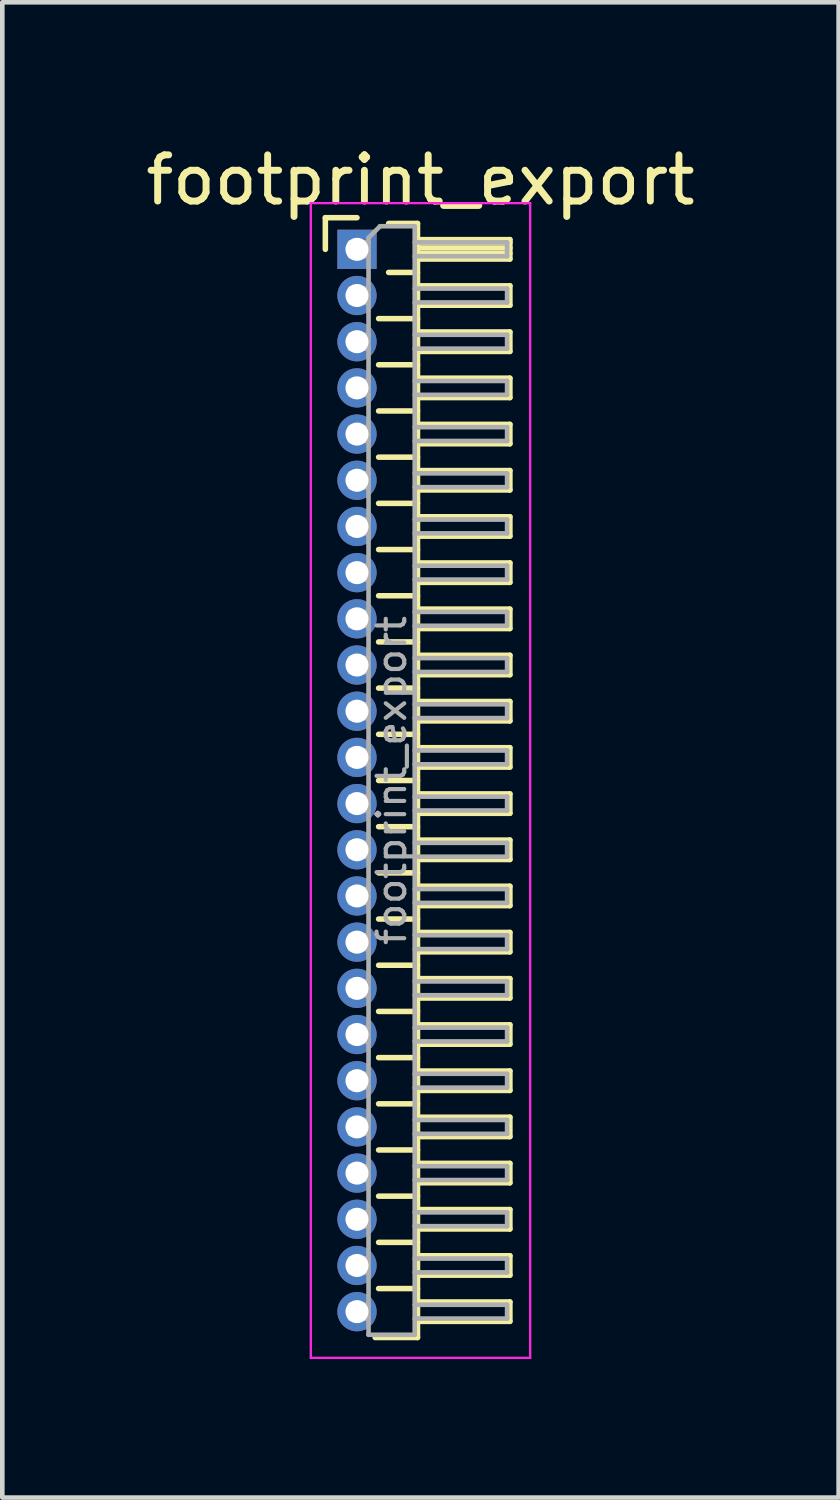
<source format=kicad_pcb>
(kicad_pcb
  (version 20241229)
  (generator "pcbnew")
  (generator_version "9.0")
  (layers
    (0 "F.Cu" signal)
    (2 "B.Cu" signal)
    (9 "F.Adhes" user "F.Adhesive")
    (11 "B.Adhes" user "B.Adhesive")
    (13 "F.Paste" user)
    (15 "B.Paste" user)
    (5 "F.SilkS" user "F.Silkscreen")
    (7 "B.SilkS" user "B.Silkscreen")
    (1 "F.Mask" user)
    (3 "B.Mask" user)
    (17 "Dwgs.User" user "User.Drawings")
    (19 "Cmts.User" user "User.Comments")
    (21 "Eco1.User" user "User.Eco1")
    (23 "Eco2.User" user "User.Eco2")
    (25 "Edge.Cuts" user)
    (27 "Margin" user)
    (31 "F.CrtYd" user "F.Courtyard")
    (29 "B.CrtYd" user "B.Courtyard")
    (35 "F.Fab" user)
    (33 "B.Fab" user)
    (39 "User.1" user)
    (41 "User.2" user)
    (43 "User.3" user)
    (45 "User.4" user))
  (footprint "footprint_export"
    (layer "F.Cu")
    (at 4.679 2.348)
    (property "Reference" "footprint_export" (at 1.375 -1.5 0) (layer "F.SilkS") (effects (font (size 1 1) (thickness 0.15))))
    (attr through_hole)
    (fp_line (start -0.685 -0.685) (end 0 -0.685) (stroke (width 0.12) (type solid)) (layer "F.SilkS"))
    (fp_line (start -0.685 0) (end -0.685 -0.685) (stroke (width 0.12) (type solid)) (layer "F.SilkS"))
    (fp_line (start 0.468 1.5) (end 1.31 1.5) (stroke (width 0.12) (type solid)) (layer "F.SilkS"))
    (fp_line (start 0.468 2.5) (end 1.31 2.5) (stroke (width 0.12) (type solid)) (layer "F.SilkS"))
    (fp_line (start 0.468 3.5) (end 1.31 3.5) (stroke (width 0.12) (type solid)) (layer "F.SilkS"))
    (fp_line (start 0.468 4.5) (end 1.31 4.5) (stroke (width 0.12) (type solid)) (layer "F.SilkS"))
    (fp_line (start 0.468 5.5) (end 1.31 5.5) (stroke (width 0.12) (type solid)) (layer "F.SilkS"))
    (fp_line (start 0.468 6.5) (end 1.31 6.5) (stroke (width 0.12) (type solid)) (layer "F.SilkS"))
    (fp_line (start 0.468 7.5) (end 1.31 7.5) (stroke (width 0.12) (type solid)) (layer "F.SilkS"))
    (fp_line (start 0.468 8.5) (end 1.31 8.5) (stroke (width 0.12) (type solid)) (layer "F.SilkS"))
    (fp_line (start 0.468 9.5) (end 1.31 9.5) (stroke (width 0.12) (type solid)) (layer "F.SilkS"))
    (fp_line (start 0.468 10.5) (end 1.31 10.5) (stroke (width 0.12) (type solid)) (layer "F.SilkS"))
    (fp_line (start 0.468 11.5) (end 1.31 11.5) (stroke (width 0.12) (type solid)) (layer "F.SilkS"))
    (fp_line (start 0.468 12.5) (end 1.31 12.5) (stroke (width 0.12) (type solid)) (layer "F.SilkS"))
    (fp_line (start 0.468 13.5) (end 1.31 13.5) (stroke (width 0.12) (type solid)) (layer "F.SilkS"))
    (fp_line (start 0.468 14.5) (end 1.31 14.5) (stroke (width 0.12) (type solid)) (layer "F.SilkS"))
    (fp_line (start 0.468 15.5) (end 1.31 15.5) (stroke (width 0.12) (type solid)) (layer "F.SilkS"))
    (fp_line (start 0.468 16.5) (end 1.31 16.5) (stroke (width 0.12) (type solid)) (layer "F.SilkS"))
    (fp_line (start 0.468 17.5) (end 1.31 17.5) (stroke (width 0.12) (type solid)) (layer "F.SilkS"))
    (fp_line (start 0.468 18.5) (end 1.31 18.5) (stroke (width 0.12) (type solid)) (layer "F.SilkS"))
    (fp_line (start 0.468 19.5) (end 1.31 19.5) (stroke (width 0.12) (type solid)) (layer "F.SilkS"))
    (fp_line (start 0.468 20.5) (end 1.31 20.5) (stroke (width 0.12) (type solid)) (layer "F.SilkS"))
    (fp_line (start 0.468 21.5) (end 1.31 21.5) (stroke (width 0.12) (type solid)) (layer "F.SilkS"))
    (fp_line (start 0.468 22.5) (end 1.31 22.5) (stroke (width 0.12) (type solid)) (layer "F.SilkS"))
    (fp_line (start 0.685 -0.56) (end 1.31 -0.56) (stroke (width 0.12) (type solid)) (layer "F.SilkS"))
    (fp_line (start 0.685 0.5) (end 1.31 0.5) (stroke (width 0.12) (type solid)) (layer "F.SilkS"))
    (fp_line (start 1.31 -0.56) (end 1.31 23.56) (stroke (width 0.12) (type solid)) (layer "F.SilkS"))
    (fp_line (start 1.31 -0.21) (end 3.31 -0.21) (stroke (width 0.12) (type solid)) (layer "F.SilkS"))
    (fp_line (start 1.31 -0.15) (end 3.31 -0.15) (stroke (width 0.12) (type solid)) (layer "F.SilkS"))
    (fp_line (start 1.31 -0.03) (end 3.31 -0.03) (stroke (width 0.12) (type solid)) (layer "F.SilkS"))
    (fp_line (start 1.31 0.09) (end 3.31 0.09) (stroke (width 0.12) (type solid)) (layer "F.SilkS"))
    (fp_line (start 1.31 0.79) (end 3.31 0.79) (stroke (width 0.12) (type solid)) (layer "F.SilkS"))
    (fp_line (start 1.31 1.79) (end 3.31 1.79) (stroke (width 0.12) (type solid)) (layer "F.SilkS"))
    (fp_line (start 1.31 2.79) (end 3.31 2.79) (stroke (width 0.12) (type solid)) (layer "F.SilkS"))
    (fp_line (start 1.31 3.79) (end 3.31 3.79) (stroke (width 0.12) (type solid)) (layer "F.SilkS"))
    (fp_line (start 1.31 4.79) (end 3.31 4.79) (stroke (width 0.12) (type solid)) (layer "F.SilkS"))
    (fp_line (start 1.31 5.79) (end 3.31 5.79) (stroke (width 0.12) (type solid)) (layer "F.SilkS"))
    (fp_line (start 1.31 6.79) (end 3.31 6.79) (stroke (width 0.12) (type solid)) (layer "F.SilkS"))
    (fp_line (start 1.31 7.79) (end 3.31 7.79) (stroke (width 0.12) (type solid)) (layer "F.SilkS"))
    (fp_line (start 1.31 8.79) (end 3.31 8.79) (stroke (width 0.12) (type solid)) (layer "F.SilkS"))
    (fp_line (start 1.31 9.79) (end 3.31 9.79) (stroke (width 0.12) (type solid)) (layer "F.SilkS"))
    (fp_line (start 1.31 10.79) (end 3.31 10.79) (stroke (width 0.12) (type solid)) (layer "F.SilkS"))
    (fp_line (start 1.31 11.79) (end 3.31 11.79) (stroke (width 0.12) (type solid)) (layer "F.SilkS"))
    (fp_line (start 1.31 12.79) (end 3.31 12.79) (stroke (width 0.12) (type solid)) (layer "F.SilkS"))
    (fp_line (start 1.31 13.79) (end 3.31 13.79) (stroke (width 0.12) (type solid)) (layer "F.SilkS"))
    (fp_line (start 1.31 14.79) (end 3.31 14.79) (stroke (width 0.12) (type solid)) (layer "F.SilkS"))
    (fp_line (start 1.31 15.79) (end 3.31 15.79) (stroke (width 0.12) (type solid)) (layer "F.SilkS"))
    (fp_line (start 1.31 16.79) (end 3.31 16.79) (stroke (width 0.12) (type solid)) (layer "F.SilkS"))
    (fp_line (start 1.31 17.79) (end 3.31 17.79) (stroke (width 0.12) (type solid)) (layer "F.SilkS"))
    (fp_line (start 1.31 18.79) (end 3.31 18.79) (stroke (width 0.12) (type solid)) (layer "F.SilkS"))
    (fp_line (start 1.31 19.79) (end 3.31 19.79) (stroke (width 0.12) (type solid)) (layer "F.SilkS"))
    (fp_line (start 1.31 20.79) (end 3.31 20.79) (stroke (width 0.12) (type solid)) (layer "F.SilkS"))
    (fp_line (start 1.31 21.79) (end 3.31 21.79) (stroke (width 0.12) (type solid)) (layer "F.SilkS"))
    (fp_line (start 1.31 22.79) (end 3.31 22.79) (stroke (width 0.12) (type solid)) (layer "F.SilkS"))
    (fp_line (start 1.31 23.56) (end 0.394 23.56) (stroke (width 0.12) (type solid)) (layer "F.SilkS"))
    (fp_line (start 3.31 -0.21) (end 3.31 0.21) (stroke (width 0.12) (type solid)) (layer "F.SilkS"))
    (fp_line (start 3.31 0.21) (end 1.31 0.21) (stroke (width 0.12) (type solid)) (layer "F.SilkS"))
    (fp_line (start 3.31 0.79) (end 3.31 1.21) (stroke (width 0.12) (type solid)) (layer "F.SilkS"))
    (fp_line (start 3.31 1.21) (end 1.31 1.21) (stroke (width 0.12) (type solid)) (layer "F.SilkS"))
    (fp_line (start 3.31 1.79) (end 3.31 2.21) (stroke (width 0.12) (type solid)) (layer "F.SilkS"))
    (fp_line (start 3.31 2.21) (end 1.31 2.21) (stroke (width 0.12) (type solid)) (layer "F.SilkS"))
    (fp_line (start 3.31 2.79) (end 3.31 3.21) (stroke (width 0.12) (type solid)) (layer "F.SilkS"))
    (fp_line (start 3.31 3.21) (end 1.31 3.21) (stroke (width 0.12) (type solid)) (layer "F.SilkS"))
    (fp_line (start 3.31 3.79) (end 3.31 4.21) (stroke (width 0.12) (type solid)) (layer "F.SilkS"))
    (fp_line (start 3.31 4.21) (end 1.31 4.21) (stroke (width 0.12) (type solid)) (layer "F.SilkS"))
    (fp_line (start 3.31 4.79) (end 3.31 5.21) (stroke (width 0.12) (type solid)) (layer "F.SilkS"))
    (fp_line (start 3.31 5.21) (end 1.31 5.21) (stroke (width 0.12) (type solid)) (layer "F.SilkS"))
    (fp_line (start 3.31 5.79) (end 3.31 6.21) (stroke (width 0.12) (type solid)) (layer "F.SilkS"))
    (fp_line (start 3.31 6.21) (end 1.31 6.21) (stroke (width 0.12) (type solid)) (layer "F.SilkS"))
    (fp_line (start 3.31 6.79) (end 3.31 7.21) (stroke (width 0.12) (type solid)) (layer "F.SilkS"))
    (fp_line (start 3.31 7.21) (end 1.31 7.21) (stroke (width 0.12) (type solid)) (layer "F.SilkS"))
    (fp_line (start 3.31 7.79) (end 3.31 8.21) (stroke (width 0.12) (type solid)) (layer "F.SilkS"))
    (fp_line (start 3.31 8.21) (end 1.31 8.21) (stroke (width 0.12) (type solid)) (layer "F.SilkS"))
    (fp_line (start 3.31 8.79) (end 3.31 9.21) (stroke (width 0.12) (type solid)) (layer "F.SilkS"))
    (fp_line (start 3.31 9.21) (end 1.31 9.21) (stroke (width 0.12) (type solid)) (layer "F.SilkS"))
    (fp_line (start 3.31 9.79) (end 3.31 10.21) (stroke (width 0.12) (type solid)) (layer "F.SilkS"))
    (fp_line (start 3.31 10.21) (end 1.31 10.21) (stroke (width 0.12) (type solid)) (layer "F.SilkS"))
    (fp_line (start 3.31 10.79) (end 3.31 11.21) (stroke (width 0.12) (type solid)) (layer "F.SilkS"))
    (fp_line (start 3.31 11.21) (end 1.31 11.21) (stroke (width 0.12) (type solid)) (layer "F.SilkS"))
    (fp_line (start 3.31 11.79) (end 3.31 12.21) (stroke (width 0.12) (type solid)) (layer "F.SilkS"))
    (fp_line (start 3.31 12.21) (end 1.31 12.21) (stroke (width 0.12) (type solid)) (layer "F.SilkS"))
    (fp_line (start 3.31 12.79) (end 3.31 13.21) (stroke (width 0.12) (type solid)) (layer "F.SilkS"))
    (fp_line (start 3.31 13.21) (end 1.31 13.21) (stroke (width 0.12) (type solid)) (layer "F.SilkS"))
    (fp_line (start 3.31 13.79) (end 3.31 14.21) (stroke (width 0.12) (type solid)) (layer "F.SilkS"))
    (fp_line (start 3.31 14.21) (end 1.31 14.21) (stroke (width 0.12) (type solid)) (layer "F.SilkS"))
    (fp_line (start 3.31 14.79) (end 3.31 15.21) (stroke (width 0.12) (type solid)) (layer "F.SilkS"))
    (fp_line (start 3.31 15.21) (end 1.31 15.21) (stroke (width 0.12) (type solid)) (layer "F.SilkS"))
    (fp_line (start 3.31 15.79) (end 3.31 16.21) (stroke (width 0.12) (type solid)) (layer "F.SilkS"))
    (fp_line (start 3.31 16.21) (end 1.31 16.21) (stroke (width 0.12) (type solid)) (layer "F.SilkS"))
    (fp_line (start 3.31 16.79) (end 3.31 17.21) (stroke (width 0.12) (type solid)) (layer "F.SilkS"))
    (fp_line (start 3.31 17.21) (end 1.31 17.21) (stroke (width 0.12) (type solid)) (layer "F.SilkS"))
    (fp_line (start 3.31 17.79) (end 3.31 18.21) (stroke (width 0.12) (type solid)) (layer "F.SilkS"))
    (fp_line (start 3.31 18.21) (end 1.31 18.21) (stroke (width 0.12) (type solid)) (layer "F.SilkS"))
    (fp_line (start 3.31 18.79) (end 3.31 19.21) (stroke (width 0.12) (type solid)) (layer "F.SilkS"))
    (fp_line (start 3.31 19.21) (end 1.31 19.21) (stroke (width 0.12) (type solid)) (layer "F.SilkS"))
    (fp_line (start 3.31 19.79) (end 3.31 20.21) (stroke (width 0.12) (type solid)) (layer "F.SilkS"))
    (fp_line (start 3.31 20.21) (end 1.31 20.21) (stroke (width 0.12) (type solid)) (layer "F.SilkS"))
    (fp_line (start 3.31 20.79) (end 3.31 21.21) (stroke (width 0.12) (type solid)) (layer "F.SilkS"))
    (fp_line (start 3.31 21.21) (end 1.31 21.21) (stroke (width 0.12) (type solid)) (layer "F.SilkS"))
    (fp_line (start 3.31 21.79) (end 3.31 22.21) (stroke (width 0.12) (type solid)) (layer "F.SilkS"))
    (fp_line (start 3.31 22.21) (end 1.31 22.21) (stroke (width 0.12) (type solid)) (layer "F.SilkS"))
    (fp_line (start 3.31 22.79) (end 3.31 23.21) (stroke (width 0.12) (type solid)) (layer "F.SilkS"))
    (fp_line (start 3.31 23.21) (end 1.31 23.21) (stroke (width 0.12) (type solid)) (layer "F.SilkS"))
    (fp_line (start -1 -1) (end -1 24) (stroke (width 0.05) (type solid)) (layer "F.CrtYd"))
    (fp_line (start -1 24) (end 3.75 24) (stroke (width 0.05) (type solid)) (layer "F.CrtYd"))
    (fp_line (start 3.75 -1) (end -1 -1) (stroke (width 0.05) (type solid)) (layer "F.CrtYd"))
    (fp_line (start 3.75 24) (end 3.75 -1) (stroke (width 0.05) (type solid)) (layer "F.CrtYd"))
    (fp_line (start -0.15 -0.15) (end -0.15 0.15) (stroke (width 0.1) (type solid)) (layer "F.Fab"))
    (fp_line (start -0.15 -0.15) (end 0.25 -0.15) (stroke (width 0.1) (type solid)) (layer "F.Fab"))
    (fp_line (start -0.15 0.15) (end 0.25 0.15) (stroke (width 0.1) (type solid)) (layer "F.Fab"))
    (fp_line (start -0.15 0.85) (end -0.15 1.15) (stroke (width 0.1) (type solid)) (layer "F.Fab"))
    (fp_line (start -0.15 0.85) (end 0.25 0.85) (stroke (width 0.1) (type solid)) (layer "F.Fab"))
    (fp_line (start -0.15 1.15) (end 0.25 1.15) (stroke (width 0.1) (type solid)) (layer "F.Fab"))
    (fp_line (start -0.15 1.85) (end -0.15 2.15) (stroke (width 0.1) (type solid)) (layer "F.Fab"))
    (fp_line (start -0.15 1.85) (end 0.25 1.85) (stroke (width 0.1) (type solid)) (layer "F.Fab"))
    (fp_line (start -0.15 2.15) (end 0.25 2.15) (stroke (width 0.1) (type solid)) (layer "F.Fab"))
    (fp_line (start -0.15 2.85) (end -0.15 3.15) (stroke (width 0.1) (type solid)) (layer "F.Fab"))
    (fp_line (start -0.15 2.85) (end 0.25 2.85) (stroke (width 0.1) (type solid)) (layer "F.Fab"))
    (fp_line (start -0.15 3.15) (end 0.25 3.15) (stroke (width 0.1) (type solid)) (layer "F.Fab"))
    (fp_line (start -0.15 3.85) (end -0.15 4.15) (stroke (width 0.1) (type solid)) (layer "F.Fab"))
    (fp_line (start -0.15 3.85) (end 0.25 3.85) (stroke (width 0.1) (type solid)) (layer "F.Fab"))
    (fp_line (start -0.15 4.15) (end 0.25 4.15) (stroke (width 0.1) (type solid)) (layer "F.Fab"))
    (fp_line (start -0.15 4.85) (end -0.15 5.15) (stroke (width 0.1) (type solid)) (layer "F.Fab"))
    (fp_line (start -0.15 4.85) (end 0.25 4.85) (stroke (width 0.1) (type solid)) (layer "F.Fab"))
    (fp_line (start -0.15 5.15) (end 0.25 5.15) (stroke (width 0.1) (type solid)) (layer "F.Fab"))
    (fp_line (start -0.15 5.85) (end -0.15 6.15) (stroke (width 0.1) (type solid)) (layer "F.Fab"))
    (fp_line (start -0.15 5.85) (end 0.25 5.85) (stroke (width 0.1) (type solid)) (layer "F.Fab"))
    (fp_line (start -0.15 6.15) (end 0.25 6.15) (stroke (width 0.1) (type solid)) (layer "F.Fab"))
    (fp_line (start -0.15 6.85) (end -0.15 7.15) (stroke (width 0.1) (type solid)) (layer "F.Fab"))
    (fp_line (start -0.15 6.85) (end 0.25 6.85) (stroke (width 0.1) (type solid)) (layer "F.Fab"))
    (fp_line (start -0.15 7.15) (end 0.25 7.15) (stroke (width 0.1) (type solid)) (layer "F.Fab"))
    (fp_line (start -0.15 7.85) (end -0.15 8.15) (stroke (width 0.1) (type solid)) (layer "F.Fab"))
    (fp_line (start -0.15 7.85) (end 0.25 7.85) (stroke (width 0.1) (type solid)) (layer "F.Fab"))
    (fp_line (start -0.15 8.15) (end 0.25 8.15) (stroke (width 0.1) (type solid)) (layer "F.Fab"))
    (fp_line (start -0.15 8.85) (end -0.15 9.15) (stroke (width 0.1) (type solid)) (layer "F.Fab"))
    (fp_line (start -0.15 8.85) (end 0.25 8.85) (stroke (width 0.1) (type solid)) (layer "F.Fab"))
    (fp_line (start -0.15 9.15) (end 0.25 9.15) (stroke (width 0.1) (type solid)) (layer "F.Fab"))
    (fp_line (start -0.15 9.85) (end -0.15 10.15) (stroke (width 0.1) (type solid)) (layer "F.Fab"))
    (fp_line (start -0.15 9.85) (end 0.25 9.85) (stroke (width 0.1) (type solid)) (layer "F.Fab"))
    (fp_line (start -0.15 10.15) (end 0.25 10.15) (stroke (width 0.1) (type solid)) (layer "F.Fab"))
    (fp_line (start -0.15 10.85) (end -0.15 11.15) (stroke (width 0.1) (type solid)) (layer "F.Fab"))
    (fp_line (start -0.15 10.85) (end 0.25 10.85) (stroke (width 0.1) (type solid)) (layer "F.Fab"))
    (fp_line (start -0.15 11.15) (end 0.25 11.15) (stroke (width 0.1) (type solid)) (layer "F.Fab"))
    (fp_line (start -0.15 11.85) (end -0.15 12.15) (stroke (width 0.1) (type solid)) (layer "F.Fab"))
    (fp_line (start -0.15 11.85) (end 0.25 11.85) (stroke (width 0.1) (type solid)) (layer "F.Fab"))
    (fp_line (start -0.15 12.15) (end 0.25 12.15) (stroke (width 0.1) (type solid)) (layer "F.Fab"))
    (fp_line (start -0.15 12.85) (end -0.15 13.15) (stroke (width 0.1) (type solid)) (layer "F.Fab"))
    (fp_line (start -0.15 12.85) (end 0.25 12.85) (stroke (width 0.1) (type solid)) (layer "F.Fab"))
    (fp_line (start -0.15 13.15) (end 0.25 13.15) (stroke (width 0.1) (type solid)) (layer "F.Fab"))
    (fp_line (start -0.15 13.85) (end -0.15 14.15) (stroke (width 0.1) (type solid)) (layer "F.Fab"))
    (fp_line (start -0.15 13.85) (end 0.25 13.85) (stroke (width 0.1) (type solid)) (layer "F.Fab"))
    (fp_line (start -0.15 14.15) (end 0.25 14.15) (stroke (width 0.1) (type solid)) (layer "F.Fab"))
    (fp_line (start -0.15 14.85) (end -0.15 15.15) (stroke (width 0.1) (type solid)) (layer "F.Fab"))
    (fp_line (start -0.15 14.85) (end 0.25 14.85) (stroke (width 0.1) (type solid)) (layer "F.Fab"))
    (fp_line (start -0.15 15.15) (end 0.25 15.15) (stroke (width 0.1) (type solid)) (layer "F.Fab"))
    (fp_line (start -0.15 15.85) (end -0.15 16.15) (stroke (width 0.1) (type solid)) (layer "F.Fab"))
    (fp_line (start -0.15 15.85) (end 0.25 15.85) (stroke (width 0.1) (type solid)) (layer "F.Fab"))
    (fp_line (start -0.15 16.15) (end 0.25 16.15) (stroke (width 0.1) (type solid)) (layer "F.Fab"))
    (fp_line (start -0.15 16.85) (end -0.15 17.15) (stroke (width 0.1) (type solid)) (layer "F.Fab"))
    (fp_line (start -0.15 16.85) (end 0.25 16.85) (stroke (width 0.1) (type solid)) (layer "F.Fab"))
    (fp_line (start -0.15 17.15) (end 0.25 17.15) (stroke (width 0.1) (type solid)) (layer "F.Fab"))
    (fp_line (start -0.15 17.85) (end -0.15 18.15) (stroke (width 0.1) (type solid)) (layer "F.Fab"))
    (fp_line (start -0.15 17.85) (end 0.25 17.85) (stroke (width 0.1) (type solid)) (layer "F.Fab"))
    (fp_line (start -0.15 18.15) (end 0.25 18.15) (stroke (width 0.1) (type solid)) (layer "F.Fab"))
    (fp_line (start -0.15 18.85) (end -0.15 19.15) (stroke (width 0.1) (type solid)) (layer "F.Fab"))
    (fp_line (start -0.15 18.85) (end 0.25 18.85) (stroke (width 0.1) (type solid)) (layer "F.Fab"))
    (fp_line (start -0.15 19.15) (end 0.25 19.15) (stroke (width 0.1) (type solid)) (layer "F.Fab"))
    (fp_line (start -0.15 19.85) (end -0.15 20.15) (stroke (width 0.1) (type solid)) (layer "F.Fab"))
    (fp_line (start -0.15 19.85) (end 0.25 19.85) (stroke (width 0.1) (type solid)) (layer "F.Fab"))
    (fp_line (start -0.15 20.15) (end 0.25 20.15) (stroke (width 0.1) (type solid)) (layer "F.Fab"))
    (fp_line (start -0.15 20.85) (end -0.15 21.15) (stroke (width 0.1) (type solid)) (layer "F.Fab"))
    (fp_line (start -0.15 20.85) (end 0.25 20.85) (stroke (width 0.1) (type solid)) (layer "F.Fab"))
    (fp_line (start -0.15 21.15) (end 0.25 21.15) (stroke (width 0.1) (type solid)) (layer "F.Fab"))
    (fp_line (start -0.15 21.85) (end -0.15 22.15) (stroke (width 0.1) (type solid)) (layer "F.Fab"))
    (fp_line (start -0.15 21.85) (end 0.25 21.85) (stroke (width 0.1) (type solid)) (layer "F.Fab"))
    (fp_line (start -0.15 22.15) (end 0.25 22.15) (stroke (width 0.1) (type solid)) (layer "F.Fab"))
    (fp_line (start -0.15 22.85) (end -0.15 23.15) (stroke (width 0.1) (type solid)) (layer "F.Fab"))
    (fp_line (start -0.15 22.85) (end 0.25 22.85) (stroke (width 0.1) (type solid)) (layer "F.Fab"))
    (fp_line (start -0.15 23.15) (end 0.25 23.15) (stroke (width 0.1) (type solid)) (layer "F.Fab"))
    (fp_line (start 0.25 -0.25) (end 0.5 -0.5) (stroke (width 0.1) (type solid)) (layer "F.Fab"))
    (fp_line (start 0.25 23.5) (end 0.25 -0.25) (stroke (width 0.1) (type solid)) (layer "F.Fab"))
    (fp_line (start 0.5 -0.5) (end 1.25 -0.5) (stroke (width 0.1) (type solid)) (layer "F.Fab"))
    (fp_line (start 1.25 -0.5) (end 1.25 23.5) (stroke (width 0.1) (type solid)) (layer "F.Fab"))
    (fp_line (start 1.25 -0.15) (end 3.25 -0.15) (stroke (width 0.1) (type solid)) (layer "F.Fab"))
    (fp_line (start 1.25 0.15) (end 3.25 0.15) (stroke (width 0.1) (type solid)) (layer "F.Fab"))
    (fp_line (start 1.25 0.85) (end 3.25 0.85) (stroke (width 0.1) (type solid)) (layer "F.Fab"))
    (fp_line (start 1.25 1.15) (end 3.25 1.15) (stroke (width 0.1) (type solid)) (layer "F.Fab"))
    (fp_line (start 1.25 1.85) (end 3.25 1.85) (stroke (width 0.1) (type solid)) (layer "F.Fab"))
    (fp_line (start 1.25 2.15) (end 3.25 2.15) (stroke (width 0.1) (type solid)) (layer "F.Fab"))
    (fp_line (start 1.25 2.85) (end 3.25 2.85) (stroke (width 0.1) (type solid)) (layer "F.Fab"))
    (fp_line (start 1.25 3.15) (end 3.25 3.15) (stroke (width 0.1) (type solid)) (layer "F.Fab"))
    (fp_line (start 1.25 3.85) (end 3.25 3.85) (stroke (width 0.1) (type solid)) (layer "F.Fab"))
    (fp_line (start 1.25 4.15) (end 3.25 4.15) (stroke (width 0.1) (type solid)) (layer "F.Fab"))
    (fp_line (start 1.25 4.85) (end 3.25 4.85) (stroke (width 0.1) (type solid)) (layer "F.Fab"))
    (fp_line (start 1.25 5.15) (end 3.25 5.15) (stroke (width 0.1) (type solid)) (layer "F.Fab"))
    (fp_line (start 1.25 5.85) (end 3.25 5.85) (stroke (width 0.1) (type solid)) (layer "F.Fab"))
    (fp_line (start 1.25 6.15) (end 3.25 6.15) (stroke (width 0.1) (type solid)) (layer "F.Fab"))
    (fp_line (start 1.25 6.85) (end 3.25 6.85) (stroke (width 0.1) (type solid)) (layer "F.Fab"))
    (fp_line (start 1.25 7.15) (end 3.25 7.15) (stroke (width 0.1) (type solid)) (layer "F.Fab"))
    (fp_line (start 1.25 7.85) (end 3.25 7.85) (stroke (width 0.1) (type solid)) (layer "F.Fab"))
    (fp_line (start 1.25 8.15) (end 3.25 8.15) (stroke (width 0.1) (type solid)) (layer "F.Fab"))
    (fp_line (start 1.25 8.85) (end 3.25 8.85) (stroke (width 0.1) (type solid)) (layer "F.Fab"))
    (fp_line (start 1.25 9.15) (end 3.25 9.15) (stroke (width 0.1) (type solid)) (layer "F.Fab"))
    (fp_line (start 1.25 9.85) (end 3.25 9.85) (stroke (width 0.1) (type solid)) (layer "F.Fab"))
    (fp_line (start 1.25 10.15) (end 3.25 10.15) (stroke (width 0.1) (type solid)) (layer "F.Fab"))
    (fp_line (start 1.25 10.85) (end 3.25 10.85) (stroke (width 0.1) (type solid)) (layer "F.Fab"))
    (fp_line (start 1.25 11.15) (end 3.25 11.15) (stroke (width 0.1) (type solid)) (layer "F.Fab"))
    (fp_line (start 1.25 11.85) (end 3.25 11.85) (stroke (width 0.1) (type solid)) (layer "F.Fab"))
    (fp_line (start 1.25 12.15) (end 3.25 12.15) (stroke (width 0.1) (type solid)) (layer "F.Fab"))
    (fp_line (start 1.25 12.85) (end 3.25 12.85) (stroke (width 0.1) (type solid)) (layer "F.Fab"))
    (fp_line (start 1.25 13.15) (end 3.25 13.15) (stroke (width 0.1) (type solid)) (layer "F.Fab"))
    (fp_line (start 1.25 13.85) (end 3.25 13.85) (stroke (width 0.1) (type solid)) (layer "F.Fab"))
    (fp_line (start 1.25 14.15) (end 3.25 14.15) (stroke (width 0.1) (type solid)) (layer "F.Fab"))
    (fp_line (start 1.25 14.85) (end 3.25 14.85) (stroke (width 0.1) (type solid)) (layer "F.Fab"))
    (fp_line (start 1.25 15.15) (end 3.25 15.15) (stroke (width 0.1) (type solid)) (layer "F.Fab"))
    (fp_line (start 1.25 15.85) (end 3.25 15.85) (stroke (width 0.1) (type solid)) (layer "F.Fab"))
    (fp_line (start 1.25 16.15) (end 3.25 16.15) (stroke (width 0.1) (type solid)) (layer "F.Fab"))
    (fp_line (start 1.25 16.85) (end 3.25 16.85) (stroke (width 0.1) (type solid)) (layer "F.Fab"))
    (fp_line (start 1.25 17.15) (end 3.25 17.15) (stroke (width 0.1) (type solid)) (layer "F.Fab"))
    (fp_line (start 1.25 17.85) (end 3.25 17.85) (stroke (width 0.1) (type solid)) (layer "F.Fab"))
    (fp_line (start 1.25 18.15) (end 3.25 18.15) (stroke (width 0.1) (type solid)) (layer "F.Fab"))
    (fp_line (start 1.25 18.85) (end 3.25 18.85) (stroke (width 0.1) (type solid)) (layer "F.Fab"))
    (fp_line (start 1.25 19.15) (end 3.25 19.15) (stroke (width 0.1) (type solid)) (layer "F.Fab"))
    (fp_line (start 1.25 19.85) (end 3.25 19.85) (stroke (width 0.1) (type solid)) (layer "F.Fab"))
    (fp_line (start 1.25 20.15) (end 3.25 20.15) (stroke (width 0.1) (type solid)) (layer "F.Fab"))
    (fp_line (start 1.25 20.85) (end 3.25 20.85) (stroke (width 0.1) (type solid)) (layer "F.Fab"))
    (fp_line (start 1.25 21.15) (end 3.25 21.15) (stroke (width 0.1) (type solid)) (layer "F.Fab"))
    (fp_line (start 1.25 21.85) (end 3.25 21.85) (stroke (width 0.1) (type solid)) (layer "F.Fab"))
    (fp_line (start 1.25 22.15) (end 3.25 22.15) (stroke (width 0.1) (type solid)) (layer "F.Fab"))
    (fp_line (start 1.25 22.85) (end 3.25 22.85) (stroke (width 0.1) (type solid)) (layer "F.Fab"))
    (fp_line (start 1.25 23.15) (end 3.25 23.15) (stroke (width 0.1) (type solid)) (layer "F.Fab"))
    (fp_line (start 1.25 23.5) (end 0.25 23.5) (stroke (width 0.1) (type solid)) (layer "F.Fab"))
    (fp_line (start 3.25 -0.15) (end 3.25 0.15) (stroke (width 0.1) (type solid)) (layer "F.Fab"))
    (fp_line (start 3.25 0.85) (end 3.25 1.15) (stroke (width 0.1) (type solid)) (layer "F.Fab"))
    (fp_line (start 3.25 1.85) (end 3.25 2.15) (stroke (width 0.1) (type solid)) (layer "F.Fab"))
    (fp_line (start 3.25 2.85) (end 3.25 3.15) (stroke (width 0.1) (type solid)) (layer "F.Fab"))
    (fp_line (start 3.25 3.85) (end 3.25 4.15) (stroke (width 0.1) (type solid)) (layer "F.Fab"))
    (fp_line (start 3.25 4.85) (end 3.25 5.15) (stroke (width 0.1) (type solid)) (layer "F.Fab"))
    (fp_line (start 3.25 5.85) (end 3.25 6.15) (stroke (width 0.1) (type solid)) (layer "F.Fab"))
    (fp_line (start 3.25 6.85) (end 3.25 7.15) (stroke (width 0.1) (type solid)) (layer "F.Fab"))
    (fp_line (start 3.25 7.85) (end 3.25 8.15) (stroke (width 0.1) (type solid)) (layer "F.Fab"))
    (fp_line (start 3.25 8.85) (end 3.25 9.15) (stroke (width 0.1) (type solid)) (layer "F.Fab"))
    (fp_line (start 3.25 9.85) (end 3.25 10.15) (stroke (width 0.1) (type solid)) (layer "F.Fab"))
    (fp_line (start 3.25 10.85) (end 3.25 11.15) (stroke (width 0.1) (type solid)) (layer "F.Fab"))
    (fp_line (start 3.25 11.85) (end 3.25 12.15) (stroke (width 0.1) (type solid)) (layer "F.Fab"))
    (fp_line (start 3.25 12.85) (end 3.25 13.15) (stroke (width 0.1) (type solid)) (layer "F.Fab"))
    (fp_line (start 3.25 13.85) (end 3.25 14.15) (stroke (width 0.1) (type solid)) (layer "F.Fab"))
    (fp_line (start 3.25 14.85) (end 3.25 15.15) (stroke (width 0.1) (type solid)) (layer "F.Fab"))
    (fp_line (start 3.25 15.85) (end 3.25 16.15) (stroke (width 0.1) (type solid)) (layer "F.Fab"))
    (fp_line (start 3.25 16.85) (end 3.25 17.15) (stroke (width 0.1) (type solid)) (layer "F.Fab"))
    (fp_line (start 3.25 17.85) (end 3.25 18.15) (stroke (width 0.1) (type solid)) (layer "F.Fab"))
    (fp_line (start 3.25 18.85) (end 3.25 19.15) (stroke (width 0.1) (type solid)) (layer "F.Fab"))
    (fp_line (start 3.25 19.85) (end 3.25 20.15) (stroke (width 0.1) (type solid)) (layer "F.Fab"))
    (fp_line (start 3.25 20.85) (end 3.25 21.15) (stroke (width 0.1) (type solid)) (layer "F.Fab"))
    (fp_line (start 3.25 21.85) (end 3.25 22.15) (stroke (width 0.1) (type solid)) (layer "F.Fab"))
    (fp_line (start 3.25 22.85) (end 3.25 23.15) (stroke (width 0.1) (type solid)) (layer "F.Fab"))
    (fp_text user "${REFERENCE}" (at 0.75 11.5 90) (layer "F.Fab") (effects (font (size 0.6 0.6) (thickness 0.09))))
    (pad "1" thru_hole rect (at 0 0) (size 0.85 0.85) (drill 0.5) (layers "*.Cu" "*.Mask"))
    (pad "2" thru_hole oval (at 0 1) (size 0.85 0.85) (drill 0.5) (layers "*.Cu" "*.Mask"))
    (pad "3" thru_hole oval (at 0 2) (size 0.85 0.85) (drill 0.5) (layers "*.Cu" "*.Mask"))
    (pad "4" thru_hole oval (at 0 3) (size 0.85 0.85) (drill 0.5) (layers "*.Cu" "*.Mask"))
    (pad "5" thru_hole oval (at 0 4) (size 0.85 0.85) (drill 0.5) (layers "*.Cu" "*.Mask"))
    (pad "6" thru_hole oval (at 0 5) (size 0.85 0.85) (drill 0.5) (layers "*.Cu" "*.Mask"))
    (pad "7" thru_hole oval (at 0 6) (size 0.85 0.85) (drill 0.5) (layers "*.Cu" "*.Mask"))
    (pad "8" thru_hole oval (at 0 7) (size 0.85 0.85) (drill 0.5) (layers "*.Cu" "*.Mask"))
    (pad "9" thru_hole oval (at 0 8) (size 0.85 0.85) (drill 0.5) (layers "*.Cu" "*.Mask"))
    (pad "10" thru_hole oval (at 0 9) (size 0.85 0.85) (drill 0.5) (layers "*.Cu" "*.Mask"))
    (pad "11" thru_hole oval (at 0 10) (size 0.85 0.85) (drill 0.5) (layers "*.Cu" "*.Mask"))
    (pad "12" thru_hole oval (at 0 11) (size 0.85 0.85) (drill 0.5) (layers "*.Cu" "*.Mask"))
    (pad "13" thru_hole oval (at 0 12) (size 0.85 0.85) (drill 0.5) (layers "*.Cu" "*.Mask"))
    (pad "14" thru_hole oval (at 0 13) (size 0.85 0.85) (drill 0.5) (layers "*.Cu" "*.Mask"))
    (pad "15" thru_hole oval (at 0 14) (size 0.85 0.85) (drill 0.5) (layers "*.Cu" "*.Mask"))
    (pad "16" thru_hole oval (at 0 15) (size 0.85 0.85) (drill 0.5) (layers "*.Cu" "*.Mask"))
    (pad "17" thru_hole oval (at 0 16) (size 0.85 0.85) (drill 0.5) (layers "*.Cu" "*.Mask"))
    (pad "18" thru_hole oval (at 0 17) (size 0.85 0.85) (drill 0.5) (layers "*.Cu" "*.Mask"))
    (pad "19" thru_hole oval (at 0 18) (size 0.85 0.85) (drill 0.5) (layers "*.Cu" "*.Mask"))
    (pad "20" thru_hole oval (at 0 19) (size 0.85 0.85) (drill 0.5) (layers "*.Cu" "*.Mask"))
    (pad "21" thru_hole oval (at 0 20) (size 0.85 0.85) (drill 0.5) (layers "*.Cu" "*.Mask"))
    (pad "22" thru_hole oval (at 0 21) (size 0.85 0.85) (drill 0.5) (layers "*.Cu" "*.Mask"))
    (pad "23" thru_hole oval (at 0 22) (size 0.85 0.85) (drill 0.5) (layers "*.Cu" "*.Mask"))
    (pad "24" thru_hole oval (at 0 23) (size 0.85 0.85) (drill 0.5) (layers "*.Cu" "*.Mask")))
  (gr_rect
    (start -3 -3)
    (end 15.107 29.373)
    (stroke (width 0.1) (type default))
    (fill no)
    (layer "Edge.Cuts")))
</source>
